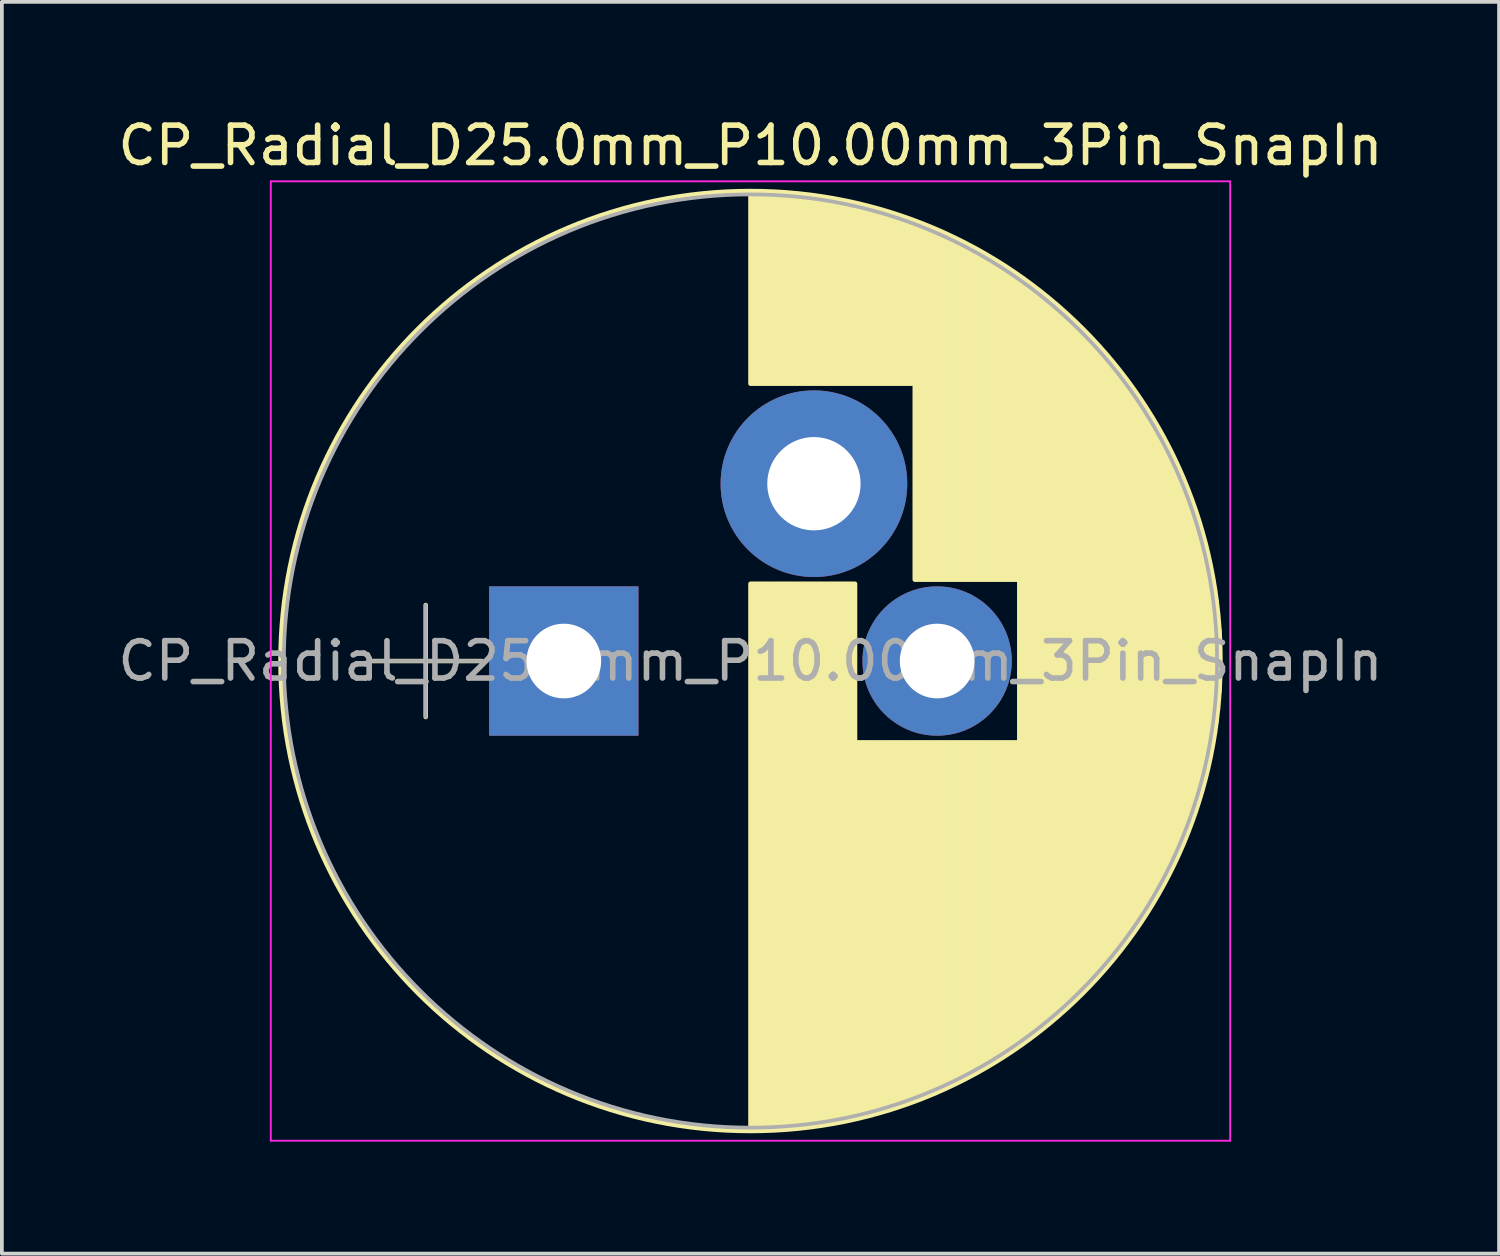
<source format=kicad_pcb>
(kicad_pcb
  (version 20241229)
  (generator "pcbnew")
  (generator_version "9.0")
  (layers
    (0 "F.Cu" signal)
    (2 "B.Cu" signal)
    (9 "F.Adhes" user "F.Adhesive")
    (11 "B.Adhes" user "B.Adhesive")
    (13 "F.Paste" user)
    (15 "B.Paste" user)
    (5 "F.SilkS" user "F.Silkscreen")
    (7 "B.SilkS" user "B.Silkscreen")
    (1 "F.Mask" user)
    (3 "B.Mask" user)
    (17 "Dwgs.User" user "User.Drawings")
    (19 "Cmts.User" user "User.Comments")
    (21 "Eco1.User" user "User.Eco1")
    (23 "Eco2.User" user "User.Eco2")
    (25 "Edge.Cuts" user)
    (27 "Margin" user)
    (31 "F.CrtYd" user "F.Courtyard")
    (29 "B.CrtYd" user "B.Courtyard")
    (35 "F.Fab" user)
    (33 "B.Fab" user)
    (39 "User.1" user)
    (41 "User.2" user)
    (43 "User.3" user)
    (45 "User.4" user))
  (footprint "CP_Radial_D25.0mm_P10.00mm_3Pin_SnapIn"
    (layer "F.Cu")
    (at 12.054 14.658)
    (property "Reference" "CP_Radial_D25.0mm_P10.00mm_3Pin_SnapIn" (at 5 -13.81 0) (layer "F.SilkS") (effects (font (size 1 1) (thickness 0.15))))
    (attr through_hole)
    (fp_line (start -5.2 0) (end -2.2 0) (stroke (width 0.12) (type solid)) (layer "F.SilkS"))
    (fp_line (start -3.7 -1.5) (end -3.7 1.5) (stroke (width 0.12) (type solid)) (layer "F.SilkS"))
    (fp_line (start 5 -12.55) (end 5 -7.43) (stroke (width 0.12) (type solid)) (layer "F.SilkS"))
    (fp_line (start 5 -2.07) (end 5 12.55) (stroke (width 0.12) (type solid)) (layer "F.SilkS"))
    (fp_line (start 5.04 -12.55) (end 5.04 -7.43) (stroke (width 0.12) (type solid)) (layer "F.SilkS"))
    (fp_line (start 5.04 -2.07) (end 5.04 12.55) (stroke (width 0.12) (type solid)) (layer "F.SilkS"))
    (fp_line (start 5.08 -12.55) (end 5.08 -7.43) (stroke (width 0.12) (type solid)) (layer "F.SilkS"))
    (fp_line (start 5.08 -2.07) (end 5.08 12.55) (stroke (width 0.12) (type solid)) (layer "F.SilkS"))
    (fp_line (start 5.12 -12.55) (end 5.12 -7.43) (stroke (width 0.12) (type solid)) (layer "F.SilkS"))
    (fp_line (start 5.12 -2.07) (end 5.12 12.55) (stroke (width 0.12) (type solid)) (layer "F.SilkS"))
    (fp_line (start 5.16 -12.549) (end 5.16 -7.43) (stroke (width 0.12) (type solid)) (layer "F.SilkS"))
    (fp_line (start 5.16 -2.07) (end 5.16 12.549) (stroke (width 0.12) (type solid)) (layer "F.SilkS"))
    (fp_line (start 5.2 -12.549) (end 5.2 -7.43) (stroke (width 0.12) (type solid)) (layer "F.SilkS"))
    (fp_line (start 5.2 -2.07) (end 5.2 12.549) (stroke (width 0.12) (type solid)) (layer "F.SilkS"))
    (fp_line (start 5.24 -12.548) (end 5.24 -7.43) (stroke (width 0.12) (type solid)) (layer "F.SilkS"))
    (fp_line (start 5.24 -2.07) (end 5.24 12.548) (stroke (width 0.12) (type solid)) (layer "F.SilkS"))
    (fp_line (start 5.28 -12.547) (end 5.28 -7.43) (stroke (width 0.12) (type solid)) (layer "F.SilkS"))
    (fp_line (start 5.28 -2.07) (end 5.28 12.547) (stroke (width 0.12) (type solid)) (layer "F.SilkS"))
    (fp_line (start 5.32 -12.546) (end 5.32 -7.43) (stroke (width 0.12) (type solid)) (layer "F.SilkS"))
    (fp_line (start 5.32 -2.07) (end 5.32 12.546) (stroke (width 0.12) (type solid)) (layer "F.SilkS"))
    (fp_line (start 5.36 -12.545) (end 5.36 -7.43) (stroke (width 0.12) (type solid)) (layer "F.SilkS"))
    (fp_line (start 5.36 -2.07) (end 5.36 12.545) (stroke (width 0.12) (type solid)) (layer "F.SilkS"))
    (fp_line (start 5.4 -12.544) (end 5.4 -7.43) (stroke (width 0.12) (type solid)) (layer "F.SilkS"))
    (fp_line (start 5.4 -2.07) (end 5.4 12.544) (stroke (width 0.12) (type solid)) (layer "F.SilkS"))
    (fp_line (start 5.44 -12.543) (end 5.44 -7.43) (stroke (width 0.12) (type solid)) (layer "F.SilkS"))
    (fp_line (start 5.44 -2.07) (end 5.44 12.543) (stroke (width 0.12) (type solid)) (layer "F.SilkS"))
    (fp_line (start 5.48 -12.541) (end 5.48 -7.43) (stroke (width 0.12) (type solid)) (layer "F.SilkS"))
    (fp_line (start 5.48 -2.07) (end 5.48 12.541) (stroke (width 0.12) (type solid)) (layer "F.SilkS"))
    (fp_line (start 5.52 -12.54) (end 5.52 -7.43) (stroke (width 0.12) (type solid)) (layer "F.SilkS"))
    (fp_line (start 5.52 -2.07) (end 5.52 12.54) (stroke (width 0.12) (type solid)) (layer "F.SilkS"))
    (fp_line (start 5.56 -12.538) (end 5.56 -7.43) (stroke (width 0.12) (type solid)) (layer "F.SilkS"))
    (fp_line (start 5.56 -2.07) (end 5.56 12.538) (stroke (width 0.12) (type solid)) (layer "F.SilkS"))
    (fp_line (start 5.6 -12.536) (end 5.6 -7.43) (stroke (width 0.12) (type solid)) (layer "F.SilkS"))
    (fp_line (start 5.6 -2.07) (end 5.6 12.536) (stroke (width 0.12) (type solid)) (layer "F.SilkS"))
    (fp_line (start 5.64 -12.534) (end 5.64 -7.43) (stroke (width 0.12) (type solid)) (layer "F.SilkS"))
    (fp_line (start 5.64 -2.07) (end 5.64 12.534) (stroke (width 0.12) (type solid)) (layer "F.SilkS"))
    (fp_line (start 5.68 -12.532) (end 5.68 -7.43) (stroke (width 0.12) (type solid)) (layer "F.SilkS"))
    (fp_line (start 5.68 -2.07) (end 5.68 12.532) (stroke (width 0.12) (type solid)) (layer "F.SilkS"))
    (fp_line (start 5.721 -12.53) (end 5.721 -7.43) (stroke (width 0.12) (type solid)) (layer "F.SilkS"))
    (fp_line (start 5.721 -2.07) (end 5.721 12.53) (stroke (width 0.12) (type solid)) (layer "F.SilkS"))
    (fp_line (start 5.761 -12.528) (end 5.761 -7.43) (stroke (width 0.12) (type solid)) (layer "F.SilkS"))
    (fp_line (start 5.761 -2.07) (end 5.761 12.528) (stroke (width 0.12) (type solid)) (layer "F.SilkS"))
    (fp_line (start 5.801 -12.525) (end 5.801 -7.43) (stroke (width 0.12) (type solid)) (layer "F.SilkS"))
    (fp_line (start 5.801 -2.07) (end 5.801 12.525) (stroke (width 0.12) (type solid)) (layer "F.SilkS"))
    (fp_line (start 5.841 -12.522) (end 5.841 -7.43) (stroke (width 0.12) (type solid)) (layer "F.SilkS"))
    (fp_line (start 5.841 -2.07) (end 5.841 12.522) (stroke (width 0.12) (type solid)) (layer "F.SilkS"))
    (fp_line (start 5.881 -12.52) (end 5.881 -7.43) (stroke (width 0.12) (type solid)) (layer "F.SilkS"))
    (fp_line (start 5.881 -2.07) (end 5.881 12.52) (stroke (width 0.12) (type solid)) (layer "F.SilkS"))
    (fp_line (start 5.921 -12.517) (end 5.921 -7.43) (stroke (width 0.12) (type solid)) (layer "F.SilkS"))
    (fp_line (start 5.921 -2.07) (end 5.921 12.517) (stroke (width 0.12) (type solid)) (layer "F.SilkS"))
    (fp_line (start 5.961 -12.514) (end 5.961 -7.43) (stroke (width 0.12) (type solid)) (layer "F.SilkS"))
    (fp_line (start 5.961 -2.07) (end 5.961 12.514) (stroke (width 0.12) (type solid)) (layer "F.SilkS"))
    (fp_line (start 6.001 -12.511) (end 6.001 -7.43) (stroke (width 0.12) (type solid)) (layer "F.SilkS"))
    (fp_line (start 6.001 -2.07) (end 6.001 12.511) (stroke (width 0.12) (type solid)) (layer "F.SilkS"))
    (fp_line (start 6.041 -12.507) (end 6.041 -7.43) (stroke (width 0.12) (type solid)) (layer "F.SilkS"))
    (fp_line (start 6.041 -2.07) (end 6.041 12.507) (stroke (width 0.12) (type solid)) (layer "F.SilkS"))
    (fp_line (start 6.081 -12.504) (end 6.081 -7.43) (stroke (width 0.12) (type solid)) (layer "F.SilkS"))
    (fp_line (start 6.081 -2.07) (end 6.081 12.504) (stroke (width 0.12) (type solid)) (layer "F.SilkS"))
    (fp_line (start 6.121 -12.501) (end 6.121 -7.43) (stroke (width 0.12) (type solid)) (layer "F.SilkS"))
    (fp_line (start 6.121 -2.07) (end 6.121 12.501) (stroke (width 0.12) (type solid)) (layer "F.SilkS"))
    (fp_line (start 6.161 -12.497) (end 6.161 -7.43) (stroke (width 0.12) (type solid)) (layer "F.SilkS"))
    (fp_line (start 6.161 -2.07) (end 6.161 12.497) (stroke (width 0.12) (type solid)) (layer "F.SilkS"))
    (fp_line (start 6.201 -12.493) (end 6.201 -7.43) (stroke (width 0.12) (type solid)) (layer "F.SilkS"))
    (fp_line (start 6.201 -2.07) (end 6.201 12.493) (stroke (width 0.12) (type solid)) (layer "F.SilkS"))
    (fp_line (start 6.241 -12.489) (end 6.241 -7.43) (stroke (width 0.12) (type solid)) (layer "F.SilkS"))
    (fp_line (start 6.241 -2.07) (end 6.241 12.489) (stroke (width 0.12) (type solid)) (layer "F.SilkS"))
    (fp_line (start 6.281 -12.485) (end 6.281 -7.43) (stroke (width 0.12) (type solid)) (layer "F.SilkS"))
    (fp_line (start 6.281 -2.07) (end 6.281 12.485) (stroke (width 0.12) (type solid)) (layer "F.SilkS"))
    (fp_line (start 6.321 -12.481) (end 6.321 -7.43) (stroke (width 0.12) (type solid)) (layer "F.SilkS"))
    (fp_line (start 6.321 -2.07) (end 6.321 12.481) (stroke (width 0.12) (type solid)) (layer "F.SilkS"))
    (fp_line (start 6.361 -12.477) (end 6.361 -7.43) (stroke (width 0.12) (type solid)) (layer "F.SilkS"))
    (fp_line (start 6.361 -2.07) (end 6.361 12.477) (stroke (width 0.12) (type solid)) (layer "F.SilkS"))
    (fp_line (start 6.401 -12.472) (end 6.401 -7.43) (stroke (width 0.12) (type solid)) (layer "F.SilkS"))
    (fp_line (start 6.401 -2.07) (end 6.401 12.472) (stroke (width 0.12) (type solid)) (layer "F.SilkS"))
    (fp_line (start 6.441 -12.468) (end 6.441 -7.43) (stroke (width 0.12) (type solid)) (layer "F.SilkS"))
    (fp_line (start 6.441 -2.07) (end 6.441 12.468) (stroke (width 0.12) (type solid)) (layer "F.SilkS"))
    (fp_line (start 6.481 -12.463) (end 6.481 -7.43) (stroke (width 0.12) (type solid)) (layer "F.SilkS"))
    (fp_line (start 6.481 -2.07) (end 6.481 12.463) (stroke (width 0.12) (type solid)) (layer "F.SilkS"))
    (fp_line (start 6.521 -12.458) (end 6.521 -7.43) (stroke (width 0.12) (type solid)) (layer "F.SilkS"))
    (fp_line (start 6.521 -2.07) (end 6.521 12.458) (stroke (width 0.12) (type solid)) (layer "F.SilkS"))
    (fp_line (start 6.561 -12.453) (end 6.561 -7.43) (stroke (width 0.12) (type solid)) (layer "F.SilkS"))
    (fp_line (start 6.561 -2.07) (end 6.561 12.453) (stroke (width 0.12) (type solid)) (layer "F.SilkS"))
    (fp_line (start 6.601 -12.448) (end 6.601 -7.43) (stroke (width 0.12) (type solid)) (layer "F.SilkS"))
    (fp_line (start 6.601 -2.07) (end 6.601 12.448) (stroke (width 0.12) (type solid)) (layer "F.SilkS"))
    (fp_line (start 6.641 -12.443) (end 6.641 -7.43) (stroke (width 0.12) (type solid)) (layer "F.SilkS"))
    (fp_line (start 6.641 -2.07) (end 6.641 12.443) (stroke (width 0.12) (type solid)) (layer "F.SilkS"))
    (fp_line (start 6.681 -12.438) (end 6.681 -7.43) (stroke (width 0.12) (type solid)) (layer "F.SilkS"))
    (fp_line (start 6.681 -2.07) (end 6.681 12.438) (stroke (width 0.12) (type solid)) (layer "F.SilkS"))
    (fp_line (start 6.721 -12.432) (end 6.721 -7.43) (stroke (width 0.12) (type solid)) (layer "F.SilkS"))
    (fp_line (start 6.721 -2.07) (end 6.721 12.432) (stroke (width 0.12) (type solid)) (layer "F.SilkS"))
    (fp_line (start 6.761 -12.427) (end 6.761 -7.43) (stroke (width 0.12) (type solid)) (layer "F.SilkS"))
    (fp_line (start 6.761 -2.07) (end 6.761 12.427) (stroke (width 0.12) (type solid)) (layer "F.SilkS"))
    (fp_line (start 6.801 -12.421) (end 6.801 -7.43) (stroke (width 0.12) (type solid)) (layer "F.SilkS"))
    (fp_line (start 6.801 -2.07) (end 6.801 12.421) (stroke (width 0.12) (type solid)) (layer "F.SilkS"))
    (fp_line (start 6.841 -12.415) (end 6.841 -7.43) (stroke (width 0.12) (type solid)) (layer "F.SilkS"))
    (fp_line (start 6.841 -2.07) (end 6.841 12.415) (stroke (width 0.12) (type solid)) (layer "F.SilkS"))
    (fp_line (start 6.881 -12.409) (end 6.881 -7.43) (stroke (width 0.12) (type solid)) (layer "F.SilkS"))
    (fp_line (start 6.881 -2.07) (end 6.881 12.409) (stroke (width 0.12) (type solid)) (layer "F.SilkS"))
    (fp_line (start 6.921 -12.403) (end 6.921 -7.43) (stroke (width 0.12) (type solid)) (layer "F.SilkS"))
    (fp_line (start 6.921 -2.07) (end 6.921 12.403) (stroke (width 0.12) (type solid)) (layer "F.SilkS"))
    (fp_line (start 6.961 -12.397) (end 6.961 -7.43) (stroke (width 0.12) (type solid)) (layer "F.SilkS"))
    (fp_line (start 6.961 -2.07) (end 6.961 12.397) (stroke (width 0.12) (type solid)) (layer "F.SilkS"))
    (fp_line (start 7.001 -12.391) (end 7.001 -7.43) (stroke (width 0.12) (type solid)) (layer "F.SilkS"))
    (fp_line (start 7.001 -2.07) (end 7.001 12.391) (stroke (width 0.12) (type solid)) (layer "F.SilkS"))
    (fp_line (start 7.041 -12.384) (end 7.041 -7.43) (stroke (width 0.12) (type solid)) (layer "F.SilkS"))
    (fp_line (start 7.041 -2.07) (end 7.041 12.384) (stroke (width 0.12) (type solid)) (layer "F.SilkS"))
    (fp_line (start 7.081 -12.377) (end 7.081 -7.43) (stroke (width 0.12) (type solid)) (layer "F.SilkS"))
    (fp_line (start 7.081 -2.07) (end 7.081 12.377) (stroke (width 0.12) (type solid)) (layer "F.SilkS"))
    (fp_line (start 7.121 -12.371) (end 7.121 -7.43) (stroke (width 0.12) (type solid)) (layer "F.SilkS"))
    (fp_line (start 7.121 -2.07) (end 7.121 12.371) (stroke (width 0.12) (type solid)) (layer "F.SilkS"))
    (fp_line (start 7.161 -12.364) (end 7.161 -7.43) (stroke (width 0.12) (type solid)) (layer "F.SilkS"))
    (fp_line (start 7.161 -2.07) (end 7.161 12.364) (stroke (width 0.12) (type solid)) (layer "F.SilkS"))
    (fp_line (start 7.201 -12.357) (end 7.201 -7.43) (stroke (width 0.12) (type solid)) (layer "F.SilkS"))
    (fp_line (start 7.201 -2.07) (end 7.201 12.357) (stroke (width 0.12) (type solid)) (layer "F.SilkS"))
    (fp_line (start 7.241 -12.35) (end 7.241 -7.43) (stroke (width 0.12) (type solid)) (layer "F.SilkS"))
    (fp_line (start 7.241 -2.07) (end 7.241 12.35) (stroke (width 0.12) (type solid)) (layer "F.SilkS"))
    (fp_line (start 7.281 -12.342) (end 7.281 -7.43) (stroke (width 0.12) (type solid)) (layer "F.SilkS"))
    (fp_line (start 7.281 -2.07) (end 7.281 12.342) (stroke (width 0.12) (type solid)) (layer "F.SilkS"))
    (fp_line (start 7.321 -12.335) (end 7.321 -7.43) (stroke (width 0.12) (type solid)) (layer "F.SilkS"))
    (fp_line (start 7.321 -2.07) (end 7.321 12.335) (stroke (width 0.12) (type solid)) (layer "F.SilkS"))
    (fp_line (start 7.361 -12.327) (end 7.361 -7.43) (stroke (width 0.12) (type solid)) (layer "F.SilkS"))
    (fp_line (start 7.361 -2.07) (end 7.361 12.327) (stroke (width 0.12) (type solid)) (layer "F.SilkS"))
    (fp_line (start 7.401 -12.32) (end 7.401 -7.43) (stroke (width 0.12) (type solid)) (layer "F.SilkS"))
    (fp_line (start 7.401 -2.07) (end 7.401 12.32) (stroke (width 0.12) (type solid)) (layer "F.SilkS"))
    (fp_line (start 7.441 -12.312) (end 7.441 -7.43) (stroke (width 0.12) (type solid)) (layer "F.SilkS"))
    (fp_line (start 7.441 -2.07) (end 7.441 12.312) (stroke (width 0.12) (type solid)) (layer "F.SilkS"))
    (fp_line (start 7.481 -12.304) (end 7.481 -7.43) (stroke (width 0.12) (type solid)) (layer "F.SilkS"))
    (fp_line (start 7.481 -2.07) (end 7.481 12.304) (stroke (width 0.12) (type solid)) (layer "F.SilkS"))
    (fp_line (start 7.521 -12.296) (end 7.521 -7.43) (stroke (width 0.12) (type solid)) (layer "F.SilkS"))
    (fp_line (start 7.521 -2.07) (end 7.521 12.296) (stroke (width 0.12) (type solid)) (layer "F.SilkS"))
    (fp_line (start 7.561 -12.287) (end 7.561 -7.43) (stroke (width 0.12) (type solid)) (layer "F.SilkS"))
    (fp_line (start 7.561 -2.07) (end 7.561 12.287) (stroke (width 0.12) (type solid)) (layer "F.SilkS"))
    (fp_line (start 7.601 -12.279) (end 7.601 -7.43) (stroke (width 0.12) (type solid)) (layer "F.SilkS"))
    (fp_line (start 7.601 -2.07) (end 7.601 12.279) (stroke (width 0.12) (type solid)) (layer "F.SilkS"))
    (fp_line (start 7.641 -12.271) (end 7.641 -7.43) (stroke (width 0.12) (type solid)) (layer "F.SilkS"))
    (fp_line (start 7.641 -2.07) (end 7.641 12.271) (stroke (width 0.12) (type solid)) (layer "F.SilkS"))
    (fp_line (start 7.681 -12.262) (end 7.681 -7.43) (stroke (width 0.12) (type solid)) (layer "F.SilkS"))
    (fp_line (start 7.681 -2.07) (end 7.681 12.262) (stroke (width 0.12) (type solid)) (layer "F.SilkS"))
    (fp_line (start 7.721 -12.253) (end 7.721 -7.43) (stroke (width 0.12) (type solid)) (layer "F.SilkS"))
    (fp_line (start 7.721 -2.07) (end 7.721 12.253) (stroke (width 0.12) (type solid)) (layer "F.SilkS"))
    (fp_line (start 7.761 -12.244) (end 7.761 -7.43) (stroke (width 0.12) (type solid)) (layer "F.SilkS"))
    (fp_line (start 7.761 -2.07) (end 7.761 12.244) (stroke (width 0.12) (type solid)) (layer "F.SilkS"))
    (fp_line (start 7.801 -12.235) (end 7.801 -7.43) (stroke (width 0.12) (type solid)) (layer "F.SilkS"))
    (fp_line (start 7.801 -2.07) (end 7.801 12.235) (stroke (width 0.12) (type solid)) (layer "F.SilkS"))
    (fp_line (start 7.841 -12.226) (end 7.841 -7.43) (stroke (width 0.12) (type solid)) (layer "F.SilkS"))
    (fp_line (start 7.841 2.18) (end 7.841 12.226) (stroke (width 0.12) (type solid)) (layer "F.SilkS"))
    (fp_line (start 7.881 -12.217) (end 7.881 -7.43) (stroke (width 0.12) (type solid)) (layer "F.SilkS"))
    (fp_line (start 7.881 2.18) (end 7.881 12.217) (stroke (width 0.12) (type solid)) (layer "F.SilkS"))
    (fp_line (start 7.921 -12.207) (end 7.921 -7.43) (stroke (width 0.12) (type solid)) (layer "F.SilkS"))
    (fp_line (start 7.921 2.18) (end 7.921 12.207) (stroke (width 0.12) (type solid)) (layer "F.SilkS"))
    (fp_line (start 7.961 -12.198) (end 7.961 -7.43) (stroke (width 0.12) (type solid)) (layer "F.SilkS"))
    (fp_line (start 7.961 2.18) (end 7.961 12.198) (stroke (width 0.12) (type solid)) (layer "F.SilkS"))
    (fp_line (start 8.001 -12.188) (end 8.001 -7.43) (stroke (width 0.12) (type solid)) (layer "F.SilkS"))
    (fp_line (start 8.001 2.18) (end 8.001 12.188) (stroke (width 0.12) (type solid)) (layer "F.SilkS"))
    (fp_line (start 8.041 -12.178) (end 8.041 -7.43) (stroke (width 0.12) (type solid)) (layer "F.SilkS"))
    (fp_line (start 8.041 2.18) (end 8.041 12.178) (stroke (width 0.12) (type solid)) (layer "F.SilkS"))
    (fp_line (start 8.081 -12.168) (end 8.081 -7.43) (stroke (width 0.12) (type solid)) (layer "F.SilkS"))
    (fp_line (start 8.081 2.18) (end 8.081 12.168) (stroke (width 0.12) (type solid)) (layer "F.SilkS"))
    (fp_line (start 8.121 -12.158) (end 8.121 -7.43) (stroke (width 0.12) (type solid)) (layer "F.SilkS"))
    (fp_line (start 8.121 2.18) (end 8.121 12.158) (stroke (width 0.12) (type solid)) (layer "F.SilkS"))
    (fp_line (start 8.161 -12.147) (end 8.161 -7.43) (stroke (width 0.12) (type solid)) (layer "F.SilkS"))
    (fp_line (start 8.161 2.18) (end 8.161 12.147) (stroke (width 0.12) (type solid)) (layer "F.SilkS"))
    (fp_line (start 8.201 -12.137) (end 8.201 -7.43) (stroke (width 0.12) (type solid)) (layer "F.SilkS"))
    (fp_line (start 8.201 2.18) (end 8.201 12.137) (stroke (width 0.12) (type solid)) (layer "F.SilkS"))
    (fp_line (start 8.241 -12.126) (end 8.241 -7.43) (stroke (width 0.12) (type solid)) (layer "F.SilkS"))
    (fp_line (start 8.241 2.18) (end 8.241 12.126) (stroke (width 0.12) (type solid)) (layer "F.SilkS"))
    (fp_line (start 8.281 -12.116) (end 8.281 -7.43) (stroke (width 0.12) (type solid)) (layer "F.SilkS"))
    (fp_line (start 8.281 2.18) (end 8.281 12.116) (stroke (width 0.12) (type solid)) (layer "F.SilkS"))
    (fp_line (start 8.321 -12.105) (end 8.321 -7.43) (stroke (width 0.12) (type solid)) (layer "F.SilkS"))
    (fp_line (start 8.321 2.18) (end 8.321 12.105) (stroke (width 0.12) (type solid)) (layer "F.SilkS"))
    (fp_line (start 8.361 -12.094) (end 8.361 -7.43) (stroke (width 0.12) (type solid)) (layer "F.SilkS"))
    (fp_line (start 8.361 2.18) (end 8.361 12.094) (stroke (width 0.12) (type solid)) (layer "F.SilkS"))
    (fp_line (start 8.401 -12.083) (end 8.401 -7.43) (stroke (width 0.12) (type solid)) (layer "F.SilkS"))
    (fp_line (start 8.401 2.18) (end 8.401 12.083) (stroke (width 0.12) (type solid)) (layer "F.SilkS"))
    (fp_line (start 8.441 -12.071) (end 8.441 -7.43) (stroke (width 0.12) (type solid)) (layer "F.SilkS"))
    (fp_line (start 8.441 2.18) (end 8.441 12.071) (stroke (width 0.12) (type solid)) (layer "F.SilkS"))
    (fp_line (start 8.481 -12.06) (end 8.481 -7.43) (stroke (width 0.12) (type solid)) (layer "F.SilkS"))
    (fp_line (start 8.481 2.18) (end 8.481 12.06) (stroke (width 0.12) (type solid)) (layer "F.SilkS"))
    (fp_line (start 8.521 -12.048) (end 8.521 -7.43) (stroke (width 0.12) (type solid)) (layer "F.SilkS"))
    (fp_line (start 8.521 2.18) (end 8.521 12.048) (stroke (width 0.12) (type solid)) (layer "F.SilkS"))
    (fp_line (start 8.561 -12.037) (end 8.561 -7.43) (stroke (width 0.12) (type solid)) (layer "F.SilkS"))
    (fp_line (start 8.561 2.18) (end 8.561 12.037) (stroke (width 0.12) (type solid)) (layer "F.SilkS"))
    (fp_line (start 8.601 -12.025) (end 8.601 -7.43) (stroke (width 0.12) (type solid)) (layer "F.SilkS"))
    (fp_line (start 8.601 2.18) (end 8.601 12.025) (stroke (width 0.12) (type solid)) (layer "F.SilkS"))
    (fp_line (start 8.641 -12.013) (end 8.641 -7.43) (stroke (width 0.12) (type solid)) (layer "F.SilkS"))
    (fp_line (start 8.641 2.18) (end 8.641 12.013) (stroke (width 0.12) (type solid)) (layer "F.SilkS"))
    (fp_line (start 8.681 -12.001) (end 8.681 -7.43) (stroke (width 0.12) (type solid)) (layer "F.SilkS"))
    (fp_line (start 8.681 2.18) (end 8.681 12.001) (stroke (width 0.12) (type solid)) (layer "F.SilkS"))
    (fp_line (start 8.721 -11.988) (end 8.721 -7.43) (stroke (width 0.12) (type solid)) (layer "F.SilkS"))
    (fp_line (start 8.721 2.18) (end 8.721 11.988) (stroke (width 0.12) (type solid)) (layer "F.SilkS"))
    (fp_line (start 8.761 -11.976) (end 8.761 -7.43) (stroke (width 0.12) (type solid)) (layer "F.SilkS"))
    (fp_line (start 8.761 2.18) (end 8.761 11.976) (stroke (width 0.12) (type solid)) (layer "F.SilkS"))
    (fp_line (start 8.801 -11.963) (end 8.801 -7.43) (stroke (width 0.12) (type solid)) (layer "F.SilkS"))
    (fp_line (start 8.801 2.18) (end 8.801 11.963) (stroke (width 0.12) (type solid)) (layer "F.SilkS"))
    (fp_line (start 8.841 -11.951) (end 8.841 -7.43) (stroke (width 0.12) (type solid)) (layer "F.SilkS"))
    (fp_line (start 8.841 2.18) (end 8.841 11.951) (stroke (width 0.12) (type solid)) (layer "F.SilkS"))
    (fp_line (start 8.881 -11.938) (end 8.881 -7.43) (stroke (width 0.12) (type solid)) (layer "F.SilkS"))
    (fp_line (start 8.881 2.18) (end 8.881 11.938) (stroke (width 0.12) (type solid)) (layer "F.SilkS"))
    (fp_line (start 8.921 -11.925) (end 8.921 -7.43) (stroke (width 0.12) (type solid)) (layer "F.SilkS"))
    (fp_line (start 8.921 2.18) (end 8.921 11.925) (stroke (width 0.12) (type solid)) (layer "F.SilkS"))
    (fp_line (start 8.961 -11.912) (end 8.961 -7.43) (stroke (width 0.12) (type solid)) (layer "F.SilkS"))
    (fp_line (start 8.961 2.18) (end 8.961 11.912) (stroke (width 0.12) (type solid)) (layer "F.SilkS"))
    (fp_line (start 9.001 -11.898) (end 9.001 -7.43) (stroke (width 0.12) (type solid)) (layer "F.SilkS"))
    (fp_line (start 9.001 2.18) (end 9.001 11.898) (stroke (width 0.12) (type solid)) (layer "F.SilkS"))
    (fp_line (start 9.041 -11.885) (end 9.041 -7.43) (stroke (width 0.12) (type solid)) (layer "F.SilkS"))
    (fp_line (start 9.041 2.18) (end 9.041 11.885) (stroke (width 0.12) (type solid)) (layer "F.SilkS"))
    (fp_line (start 9.081 -11.871) (end 9.081 -7.43) (stroke (width 0.12) (type solid)) (layer "F.SilkS"))
    (fp_line (start 9.081 2.18) (end 9.081 11.871) (stroke (width 0.12) (type solid)) (layer "F.SilkS"))
    (fp_line (start 9.121 -11.857) (end 9.121 -7.43) (stroke (width 0.12) (type solid)) (layer "F.SilkS"))
    (fp_line (start 9.121 2.18) (end 9.121 11.857) (stroke (width 0.12) (type solid)) (layer "F.SilkS"))
    (fp_line (start 9.161 -11.843) (end 9.161 -7.43) (stroke (width 0.12) (type solid)) (layer "F.SilkS"))
    (fp_line (start 9.161 2.18) (end 9.161 11.843) (stroke (width 0.12) (type solid)) (layer "F.SilkS"))
    (fp_line (start 9.201 -11.829) (end 9.201 -7.43) (stroke (width 0.12) (type solid)) (layer "F.SilkS"))
    (fp_line (start 9.201 2.18) (end 9.201 11.829) (stroke (width 0.12) (type solid)) (layer "F.SilkS"))
    (fp_line (start 9.241 -11.815) (end 9.241 -7.43) (stroke (width 0.12) (type solid)) (layer "F.SilkS"))
    (fp_line (start 9.241 2.18) (end 9.241 11.815) (stroke (width 0.12) (type solid)) (layer "F.SilkS"))
    (fp_line (start 9.281 -11.801) (end 9.281 -7.43) (stroke (width 0.12) (type solid)) (layer "F.SilkS"))
    (fp_line (start 9.281 2.18) (end 9.281 11.801) (stroke (width 0.12) (type solid)) (layer "F.SilkS"))
    (fp_line (start 9.321 -11.786) (end 9.321 -7.43) (stroke (width 0.12) (type solid)) (layer "F.SilkS"))
    (fp_line (start 9.321 2.18) (end 9.321 11.786) (stroke (width 0.12) (type solid)) (layer "F.SilkS"))
    (fp_line (start 9.361 -11.771) (end 9.361 -7.43) (stroke (width 0.12) (type solid)) (layer "F.SilkS"))
    (fp_line (start 9.361 2.18) (end 9.361 11.771) (stroke (width 0.12) (type solid)) (layer "F.SilkS"))
    (fp_line (start 9.401 -11.757) (end 9.401 -2.18) (stroke (width 0.12) (type solid)) (layer "F.SilkS"))
    (fp_line (start 9.401 2.18) (end 9.401 11.757) (stroke (width 0.12) (type solid)) (layer "F.SilkS"))
    (fp_line (start 9.441 -11.742) (end 9.441 -2.18) (stroke (width 0.12) (type solid)) (layer "F.SilkS"))
    (fp_line (start 9.441 2.18) (end 9.441 11.742) (stroke (width 0.12) (type solid)) (layer "F.SilkS"))
    (fp_line (start 9.481 -11.726) (end 9.481 -2.18) (stroke (width 0.12) (type solid)) (layer "F.SilkS"))
    (fp_line (start 9.481 2.18) (end 9.481 11.726) (stroke (width 0.12) (type solid)) (layer "F.SilkS"))
    (fp_line (start 9.521 -11.711) (end 9.521 -2.18) (stroke (width 0.12) (type solid)) (layer "F.SilkS"))
    (fp_line (start 9.521 2.18) (end 9.521 11.711) (stroke (width 0.12) (type solid)) (layer "F.SilkS"))
    (fp_line (start 9.561 -11.696) (end 9.561 -2.18) (stroke (width 0.12) (type solid)) (layer "F.SilkS"))
    (fp_line (start 9.561 2.18) (end 9.561 11.696) (stroke (width 0.12) (type solid)) (layer "F.SilkS"))
    (fp_line (start 9.601 -11.68) (end 9.601 -2.18) (stroke (width 0.12) (type solid)) (layer "F.SilkS"))
    (fp_line (start 9.601 2.18) (end 9.601 11.68) (stroke (width 0.12) (type solid)) (layer "F.SilkS"))
    (fp_line (start 9.641 -11.664) (end 9.641 -2.18) (stroke (width 0.12) (type solid)) (layer "F.SilkS"))
    (fp_line (start 9.641 2.18) (end 9.641 11.664) (stroke (width 0.12) (type solid)) (layer "F.SilkS"))
    (fp_line (start 9.681 -11.648) (end 9.681 -2.18) (stroke (width 0.12) (type solid)) (layer "F.SilkS"))
    (fp_line (start 9.681 2.18) (end 9.681 11.648) (stroke (width 0.12) (type solid)) (layer "F.SilkS"))
    (fp_line (start 9.721 -11.632) (end 9.721 -2.18) (stroke (width 0.12) (type solid)) (layer "F.SilkS"))
    (fp_line (start 9.721 2.18) (end 9.721 11.632) (stroke (width 0.12) (type solid)) (layer "F.SilkS"))
    (fp_line (start 9.761 -11.616) (end 9.761 -2.18) (stroke (width 0.12) (type solid)) (layer "F.SilkS"))
    (fp_line (start 9.761 2.18) (end 9.761 11.616) (stroke (width 0.12) (type solid)) (layer "F.SilkS"))
    (fp_line (start 9.801 -11.6) (end 9.801 -2.18) (stroke (width 0.12) (type solid)) (layer "F.SilkS"))
    (fp_line (start 9.801 2.18) (end 9.801 11.6) (stroke (width 0.12) (type solid)) (layer "F.SilkS"))
    (fp_line (start 9.841 -11.583) (end 9.841 -2.18) (stroke (width 0.12) (type solid)) (layer "F.SilkS"))
    (fp_line (start 9.841 2.18) (end 9.841 11.583) (stroke (width 0.12) (type solid)) (layer "F.SilkS"))
    (fp_line (start 9.881 -11.566) (end 9.881 -2.18) (stroke (width 0.12) (type solid)) (layer "F.SilkS"))
    (fp_line (start 9.881 2.18) (end 9.881 11.566) (stroke (width 0.12) (type solid)) (layer "F.SilkS"))
    (fp_line (start 9.921 -11.549) (end 9.921 -2.18) (stroke (width 0.12) (type solid)) (layer "F.SilkS"))
    (fp_line (start 9.921 2.18) (end 9.921 11.549) (stroke (width 0.12) (type solid)) (layer "F.SilkS"))
    (fp_line (start 9.961 -11.532) (end 9.961 -2.18) (stroke (width 0.12) (type solid)) (layer "F.SilkS"))
    (fp_line (start 9.961 2.18) (end 9.961 11.532) (stroke (width 0.12) (type solid)) (layer "F.SilkS"))
    (fp_line (start 10.001 -11.515) (end 10.001 -2.18) (stroke (width 0.12) (type solid)) (layer "F.SilkS"))
    (fp_line (start 10.001 2.18) (end 10.001 11.515) (stroke (width 0.12) (type solid)) (layer "F.SilkS"))
    (fp_line (start 10.041 -11.498) (end 10.041 -2.18) (stroke (width 0.12) (type solid)) (layer "F.SilkS"))
    (fp_line (start 10.041 2.18) (end 10.041 11.498) (stroke (width 0.12) (type solid)) (layer "F.SilkS"))
    (fp_line (start 10.081 -11.48) (end 10.081 -2.18) (stroke (width 0.12) (type solid)) (layer "F.SilkS"))
    (fp_line (start 10.081 2.18) (end 10.081 11.48) (stroke (width 0.12) (type solid)) (layer "F.SilkS"))
    (fp_line (start 10.121 -11.462) (end 10.121 -2.18) (stroke (width 0.12) (type solid)) (layer "F.SilkS"))
    (fp_line (start 10.121 2.18) (end 10.121 11.462) (stroke (width 0.12) (type solid)) (layer "F.SilkS"))
    (fp_line (start 10.161 -11.445) (end 10.161 -2.18) (stroke (width 0.12) (type solid)) (layer "F.SilkS"))
    (fp_line (start 10.161 2.18) (end 10.161 11.445) (stroke (width 0.12) (type solid)) (layer "F.SilkS"))
    (fp_line (start 10.201 -11.426) (end 10.201 -2.18) (stroke (width 0.12) (type solid)) (layer "F.SilkS"))
    (fp_line (start 10.201 2.18) (end 10.201 11.426) (stroke (width 0.12) (type solid)) (layer "F.SilkS"))
    (fp_line (start 10.241 -11.408) (end 10.241 -2.18) (stroke (width 0.12) (type solid)) (layer "F.SilkS"))
    (fp_line (start 10.241 2.18) (end 10.241 11.408) (stroke (width 0.12) (type solid)) (layer "F.SilkS"))
    (fp_line (start 10.281 -11.39) (end 10.281 -2.18) (stroke (width 0.12) (type solid)) (layer "F.SilkS"))
    (fp_line (start 10.281 2.18) (end 10.281 11.39) (stroke (width 0.12) (type solid)) (layer "F.SilkS"))
    (fp_line (start 10.321 -11.371) (end 10.321 -2.18) (stroke (width 0.12) (type solid)) (layer "F.SilkS"))
    (fp_line (start 10.321 2.18) (end 10.321 11.371) (stroke (width 0.12) (type solid)) (layer "F.SilkS"))
    (fp_line (start 10.361 -11.353) (end 10.361 -2.18) (stroke (width 0.12) (type solid)) (layer "F.SilkS"))
    (fp_line (start 10.361 2.18) (end 10.361 11.353) (stroke (width 0.12) (type solid)) (layer "F.SilkS"))
    (fp_line (start 10.401 -11.334) (end 10.401 -2.18) (stroke (width 0.12) (type solid)) (layer "F.SilkS"))
    (fp_line (start 10.401 2.18) (end 10.401 11.334) (stroke (width 0.12) (type solid)) (layer "F.SilkS"))
    (fp_line (start 10.441 -11.315) (end 10.441 -2.18) (stroke (width 0.12) (type solid)) (layer "F.SilkS"))
    (fp_line (start 10.441 2.18) (end 10.441 11.315) (stroke (width 0.12) (type solid)) (layer "F.SilkS"))
    (fp_line (start 10.481 -11.295) (end 10.481 -2.18) (stroke (width 0.12) (type solid)) (layer "F.SilkS"))
    (fp_line (start 10.481 2.18) (end 10.481 11.295) (stroke (width 0.12) (type solid)) (layer "F.SilkS"))
    (fp_line (start 10.521 -11.276) (end 10.521 -2.18) (stroke (width 0.12) (type solid)) (layer "F.SilkS"))
    (fp_line (start 10.521 2.18) (end 10.521 11.276) (stroke (width 0.12) (type solid)) (layer "F.SilkS"))
    (fp_line (start 10.561 -11.256) (end 10.561 -2.18) (stroke (width 0.12) (type solid)) (layer "F.SilkS"))
    (fp_line (start 10.561 2.18) (end 10.561 11.256) (stroke (width 0.12) (type solid)) (layer "F.SilkS"))
    (fp_line (start 10.601 -11.236) (end 10.601 -2.18) (stroke (width 0.12) (type solid)) (layer "F.SilkS"))
    (fp_line (start 10.601 2.18) (end 10.601 11.236) (stroke (width 0.12) (type solid)) (layer "F.SilkS"))
    (fp_line (start 10.641 -11.217) (end 10.641 -2.18) (stroke (width 0.12) (type solid)) (layer "F.SilkS"))
    (fp_line (start 10.641 2.18) (end 10.641 11.217) (stroke (width 0.12) (type solid)) (layer "F.SilkS"))
    (fp_line (start 10.681 -11.196) (end 10.681 -2.18) (stroke (width 0.12) (type solid)) (layer "F.SilkS"))
    (fp_line (start 10.681 2.18) (end 10.681 11.196) (stroke (width 0.12) (type solid)) (layer "F.SilkS"))
    (fp_line (start 10.721 -11.176) (end 10.721 -2.18) (stroke (width 0.12) (type solid)) (layer "F.SilkS"))
    (fp_line (start 10.721 2.18) (end 10.721 11.176) (stroke (width 0.12) (type solid)) (layer "F.SilkS"))
    (fp_line (start 10.761 -11.156) (end 10.761 -2.18) (stroke (width 0.12) (type solid)) (layer "F.SilkS"))
    (fp_line (start 10.761 2.18) (end 10.761 11.156) (stroke (width 0.12) (type solid)) (layer "F.SilkS"))
    (fp_line (start 10.801 -11.135) (end 10.801 -2.18) (stroke (width 0.12) (type solid)) (layer "F.SilkS"))
    (fp_line (start 10.801 2.18) (end 10.801 11.135) (stroke (width 0.12) (type solid)) (layer "F.SilkS"))
    (fp_line (start 10.841 -11.114) (end 10.841 -2.18) (stroke (width 0.12) (type solid)) (layer "F.SilkS"))
    (fp_line (start 10.841 2.18) (end 10.841 11.114) (stroke (width 0.12) (type solid)) (layer "F.SilkS"))
    (fp_line (start 10.881 -11.093) (end 10.881 -2.18) (stroke (width 0.12) (type solid)) (layer "F.SilkS"))
    (fp_line (start 10.881 2.18) (end 10.881 11.093) (stroke (width 0.12) (type solid)) (layer "F.SilkS"))
    (fp_line (start 10.921 -11.072) (end 10.921 -2.18) (stroke (width 0.12) (type solid)) (layer "F.SilkS"))
    (fp_line (start 10.921 2.18) (end 10.921 11.072) (stroke (width 0.12) (type solid)) (layer "F.SilkS"))
    (fp_line (start 10.961 -11.05) (end 10.961 -2.18) (stroke (width 0.12) (type solid)) (layer "F.SilkS"))
    (fp_line (start 10.961 2.18) (end 10.961 11.05) (stroke (width 0.12) (type solid)) (layer "F.SilkS"))
    (fp_line (start 11.001 -11.029) (end 11.001 -2.18) (stroke (width 0.12) (type solid)) (layer "F.SilkS"))
    (fp_line (start 11.001 2.18) (end 11.001 11.029) (stroke (width 0.12) (type solid)) (layer "F.SilkS"))
    (fp_line (start 11.041 -11.007) (end 11.041 -2.18) (stroke (width 0.12) (type solid)) (layer "F.SilkS"))
    (fp_line (start 11.041 2.18) (end 11.041 11.007) (stroke (width 0.12) (type solid)) (layer "F.SilkS"))
    (fp_line (start 11.081 -10.985) (end 11.081 -2.18) (stroke (width 0.12) (type solid)) (layer "F.SilkS"))
    (fp_line (start 11.081 2.18) (end 11.081 10.985) (stroke (width 0.12) (type solid)) (layer "F.SilkS"))
    (fp_line (start 11.121 -10.963) (end 11.121 -2.18) (stroke (width 0.12) (type solid)) (layer "F.SilkS"))
    (fp_line (start 11.121 2.18) (end 11.121 10.963) (stroke (width 0.12) (type solid)) (layer "F.SilkS"))
    (fp_line (start 11.161 -10.941) (end 11.161 -2.18) (stroke (width 0.12) (type solid)) (layer "F.SilkS"))
    (fp_line (start 11.161 2.18) (end 11.161 10.941) (stroke (width 0.12) (type solid)) (layer "F.SilkS"))
    (fp_line (start 11.201 -10.918) (end 11.201 -2.18) (stroke (width 0.12) (type solid)) (layer "F.SilkS"))
    (fp_line (start 11.201 2.18) (end 11.201 10.918) (stroke (width 0.12) (type solid)) (layer "F.SilkS"))
    (fp_line (start 11.241 -10.895) (end 11.241 -2.18) (stroke (width 0.12) (type solid)) (layer "F.SilkS"))
    (fp_line (start 11.241 2.18) (end 11.241 10.895) (stroke (width 0.12) (type solid)) (layer "F.SilkS"))
    (fp_line (start 11.281 -10.872) (end 11.281 -2.18) (stroke (width 0.12) (type solid)) (layer "F.SilkS"))
    (fp_line (start 11.281 2.18) (end 11.281 10.872) (stroke (width 0.12) (type solid)) (layer "F.SilkS"))
    (fp_line (start 11.321 -10.849) (end 11.321 -2.18) (stroke (width 0.12) (type solid)) (layer "F.SilkS"))
    (fp_line (start 11.321 2.18) (end 11.321 10.849) (stroke (width 0.12) (type solid)) (layer "F.SilkS"))
    (fp_line (start 11.361 -10.826) (end 11.361 -2.18) (stroke (width 0.12) (type solid)) (layer "F.SilkS"))
    (fp_line (start 11.361 2.18) (end 11.361 10.826) (stroke (width 0.12) (type solid)) (layer "F.SilkS"))
    (fp_line (start 11.401 -10.802) (end 11.401 -2.18) (stroke (width 0.12) (type solid)) (layer "F.SilkS"))
    (fp_line (start 11.401 2.18) (end 11.401 10.802) (stroke (width 0.12) (type solid)) (layer "F.SilkS"))
    (fp_line (start 11.441 -10.779) (end 11.441 -2.18) (stroke (width 0.12) (type solid)) (layer "F.SilkS"))
    (fp_line (start 11.441 2.18) (end 11.441 10.779) (stroke (width 0.12) (type solid)) (layer "F.SilkS"))
    (fp_line (start 11.481 -10.755) (end 11.481 -2.18) (stroke (width 0.12) (type solid)) (layer "F.SilkS"))
    (fp_line (start 11.481 2.18) (end 11.481 10.755) (stroke (width 0.12) (type solid)) (layer "F.SilkS"))
    (fp_line (start 11.521 -10.731) (end 11.521 -2.18) (stroke (width 0.12) (type solid)) (layer "F.SilkS"))
    (fp_line (start 11.521 2.18) (end 11.521 10.731) (stroke (width 0.12) (type solid)) (layer "F.SilkS"))
    (fp_line (start 11.561 -10.706) (end 11.561 -2.18) (stroke (width 0.12) (type solid)) (layer "F.SilkS"))
    (fp_line (start 11.561 2.18) (end 11.561 10.706) (stroke (width 0.12) (type solid)) (layer "F.SilkS"))
    (fp_line (start 11.601 -10.682) (end 11.601 -2.18) (stroke (width 0.12) (type solid)) (layer "F.SilkS"))
    (fp_line (start 11.601 2.18) (end 11.601 10.682) (stroke (width 0.12) (type solid)) (layer "F.SilkS"))
    (fp_line (start 11.641 -10.657) (end 11.641 -2.18) (stroke (width 0.12) (type solid)) (layer "F.SilkS"))
    (fp_line (start 11.641 2.18) (end 11.641 10.657) (stroke (width 0.12) (type solid)) (layer "F.SilkS"))
    (fp_line (start 11.681 -10.632) (end 11.681 -2.18) (stroke (width 0.12) (type solid)) (layer "F.SilkS"))
    (fp_line (start 11.681 2.18) (end 11.681 10.632) (stroke (width 0.12) (type solid)) (layer "F.SilkS"))
    (fp_line (start 11.721 -10.607) (end 11.721 -2.18) (stroke (width 0.12) (type solid)) (layer "F.SilkS"))
    (fp_line (start 11.721 2.18) (end 11.721 10.607) (stroke (width 0.12) (type solid)) (layer "F.SilkS"))
    (fp_line (start 11.761 -10.582) (end 11.761 -2.18) (stroke (width 0.12) (type solid)) (layer "F.SilkS"))
    (fp_line (start 11.761 2.18) (end 11.761 10.582) (stroke (width 0.12) (type solid)) (layer "F.SilkS"))
    (fp_line (start 11.801 -10.556) (end 11.801 -2.18) (stroke (width 0.12) (type solid)) (layer "F.SilkS"))
    (fp_line (start 11.801 2.18) (end 11.801 10.556) (stroke (width 0.12) (type solid)) (layer "F.SilkS"))
    (fp_line (start 11.841 -10.53) (end 11.841 -2.18) (stroke (width 0.12) (type solid)) (layer "F.SilkS"))
    (fp_line (start 11.841 2.18) (end 11.841 10.53) (stroke (width 0.12) (type solid)) (layer "F.SilkS"))
    (fp_line (start 11.881 -10.504) (end 11.881 -2.18) (stroke (width 0.12) (type solid)) (layer "F.SilkS"))
    (fp_line (start 11.881 2.18) (end 11.881 10.504) (stroke (width 0.12) (type solid)) (layer "F.SilkS"))
    (fp_line (start 11.921 -10.478) (end 11.921 -2.18) (stroke (width 0.12) (type solid)) (layer "F.SilkS"))
    (fp_line (start 11.921 2.18) (end 11.921 10.478) (stroke (width 0.12) (type solid)) (layer "F.SilkS"))
    (fp_line (start 11.961 -10.452) (end 11.961 -2.18) (stroke (width 0.12) (type solid)) (layer "F.SilkS"))
    (fp_line (start 11.961 2.18) (end 11.961 10.452) (stroke (width 0.12) (type solid)) (layer "F.SilkS"))
    (fp_line (start 12.001 -10.425) (end 12.001 -2.18) (stroke (width 0.12) (type solid)) (layer "F.SilkS"))
    (fp_line (start 12.001 2.18) (end 12.001 10.425) (stroke (width 0.12) (type solid)) (layer "F.SilkS"))
    (fp_line (start 12.041 -10.398) (end 12.041 -2.18) (stroke (width 0.12) (type solid)) (layer "F.SilkS"))
    (fp_line (start 12.041 2.18) (end 12.041 10.398) (stroke (width 0.12) (type solid)) (layer "F.SilkS"))
    (fp_line (start 12.081 -10.371) (end 12.081 -2.18) (stroke (width 0.12) (type solid)) (layer "F.SilkS"))
    (fp_line (start 12.081 2.18) (end 12.081 10.371) (stroke (width 0.12) (type solid)) (layer "F.SilkS"))
    (fp_line (start 12.121 -10.344) (end 12.121 -2.18) (stroke (width 0.12) (type solid)) (layer "F.SilkS"))
    (fp_line (start 12.121 2.18) (end 12.121 10.344) (stroke (width 0.12) (type solid)) (layer "F.SilkS"))
    (fp_line (start 12.161 -10.316) (end 12.161 -2.18) (stroke (width 0.12) (type solid)) (layer "F.SilkS"))
    (fp_line (start 12.161 2.18) (end 12.161 10.316) (stroke (width 0.12) (type solid)) (layer "F.SilkS"))
    (fp_line (start 12.201 -10.289) (end 12.201 10.289) (stroke (width 0.12) (type solid)) (layer "F.SilkS"))
    (fp_line (start 12.241 -10.261) (end 12.241 10.261) (stroke (width 0.12) (type solid)) (layer "F.SilkS"))
    (fp_line (start 12.281 -10.232) (end 12.281 10.232) (stroke (width 0.12) (type solid)) (layer "F.SilkS"))
    (fp_line (start 12.321 -10.204) (end 12.321 10.204) (stroke (width 0.12) (type solid)) (layer "F.SilkS"))
    (fp_line (start 12.361 -10.175) (end 12.361 10.175) (stroke (width 0.12) (type solid)) (layer "F.SilkS"))
    (fp_line (start 12.401 -10.146) (end 12.401 10.146) (stroke (width 0.12) (type solid)) (layer "F.SilkS"))
    (fp_line (start 12.441 -10.117) (end 12.441 10.117) (stroke (width 0.12) (type solid)) (layer "F.SilkS"))
    (fp_line (start 12.481 -10.088) (end 12.481 10.088) (stroke (width 0.12) (type solid)) (layer "F.SilkS"))
    (fp_line (start 12.521 -10.058) (end 12.521 10.058) (stroke (width 0.12) (type solid)) (layer "F.SilkS"))
    (fp_line (start 12.561 -10.028) (end 12.561 10.028) (stroke (width 0.12) (type solid)) (layer "F.SilkS"))
    (fp_line (start 12.601 -9.998) (end 12.601 9.998) (stroke (width 0.12) (type solid)) (layer "F.SilkS"))
    (fp_line (start 12.641 -9.967) (end 12.641 9.967) (stroke (width 0.12) (type solid)) (layer "F.SilkS"))
    (fp_line (start 12.681 -9.937) (end 12.681 9.937) (stroke (width 0.12) (type solid)) (layer "F.SilkS"))
    (fp_line (start 12.721 -9.906) (end 12.721 9.906) (stroke (width 0.12) (type solid)) (layer "F.SilkS"))
    (fp_line (start 12.761 -9.875) (end 12.761 9.875) (stroke (width 0.12) (type solid)) (layer "F.SilkS"))
    (fp_line (start 12.801 -9.843) (end 12.801 9.843) (stroke (width 0.12) (type solid)) (layer "F.SilkS"))
    (fp_line (start 12.841 -9.812) (end 12.841 9.812) (stroke (width 0.12) (type solid)) (layer "F.SilkS"))
    (fp_line (start 12.881 -9.78) (end 12.881 9.78) (stroke (width 0.12) (type solid)) (layer "F.SilkS"))
    (fp_line (start 12.921 -9.747) (end 12.921 9.747) (stroke (width 0.12) (type solid)) (layer "F.SilkS"))
    (fp_line (start 12.961 -9.715) (end 12.961 9.715) (stroke (width 0.12) (type solid)) (layer "F.SilkS"))
    (fp_line (start 13.001 -9.682) (end 13.001 9.682) (stroke (width 0.12) (type solid)) (layer "F.SilkS"))
    (fp_line (start 13.041 -9.649) (end 13.041 9.649) (stroke (width 0.12) (type solid)) (layer "F.SilkS"))
    (fp_line (start 13.081 -9.616) (end 13.081 9.616) (stroke (width 0.12) (type solid)) (layer "F.SilkS"))
    (fp_line (start 13.121 -9.582) (end 13.121 9.582) (stroke (width 0.12) (type solid)) (layer "F.SilkS"))
    (fp_line (start 13.161 -9.548) (end 13.161 9.548) (stroke (width 0.12) (type solid)) (layer "F.SilkS"))
    (fp_line (start 13.2 -9.514) (end 13.2 9.514) (stroke (width 0.12) (type solid)) (layer "F.SilkS"))
    (fp_line (start 13.24 -9.479) (end 13.24 9.479) (stroke (width 0.12) (type solid)) (layer "F.SilkS"))
    (fp_line (start 13.28 -9.445) (end 13.28 9.445) (stroke (width 0.12) (type solid)) (layer "F.SilkS"))
    (fp_line (start 13.32 -9.41) (end 13.32 9.41) (stroke (width 0.12) (type solid)) (layer "F.SilkS"))
    (fp_line (start 13.36 -9.374) (end 13.36 9.374) (stroke (width 0.12) (type solid)) (layer "F.SilkS"))
    (fp_line (start 13.4 -9.339) (end 13.4 9.339) (stroke (width 0.12) (type solid)) (layer "F.SilkS"))
    (fp_line (start 13.44 -9.303) (end 13.44 9.303) (stroke (width 0.12) (type solid)) (layer "F.SilkS"))
    (fp_line (start 13.48 -9.266) (end 13.48 9.266) (stroke (width 0.12) (type solid)) (layer "F.SilkS"))
    (fp_line (start 13.52 -9.23) (end 13.52 9.23) (stroke (width 0.12) (type solid)) (layer "F.SilkS"))
    (fp_line (start 13.56 -9.193) (end 13.56 9.193) (stroke (width 0.12) (type solid)) (layer "F.SilkS"))
    (fp_line (start 13.6 -9.156) (end 13.6 9.156) (stroke (width 0.12) (type solid)) (layer "F.SilkS"))
    (fp_line (start 13.64 -9.118) (end 13.64 9.118) (stroke (width 0.12) (type solid)) (layer "F.SilkS"))
    (fp_line (start 13.68 -9.08) (end 13.68 9.08) (stroke (width 0.12) (type solid)) (layer "F.SilkS"))
    (fp_line (start 13.72 -9.042) (end 13.72 9.042) (stroke (width 0.12) (type solid)) (layer "F.SilkS"))
    (fp_line (start 13.76 -9.003) (end 13.76 9.003) (stroke (width 0.12) (type solid)) (layer "F.SilkS"))
    (fp_line (start 13.8 -8.964) (end 13.8 8.964) (stroke (width 0.12) (type solid)) (layer "F.SilkS"))
    (fp_line (start 13.84 -8.925) (end 13.84 8.925) (stroke (width 0.12) (type solid)) (layer "F.SilkS"))
    (fp_line (start 13.88 -8.885) (end 13.88 8.885) (stroke (width 0.12) (type solid)) (layer "F.SilkS"))
    (fp_line (start 13.92 -8.845) (end 13.92 8.845) (stroke (width 0.12) (type solid)) (layer "F.SilkS"))
    (fp_line (start 13.96 -8.805) (end 13.96 8.805) (stroke (width 0.12) (type solid)) (layer "F.SilkS"))
    (fp_line (start 14 -8.764) (end 14 8.764) (stroke (width 0.12) (type solid)) (layer "F.SilkS"))
    (fp_line (start 14.04 -8.723) (end 14.04 8.723) (stroke (width 0.12) (type solid)) (layer "F.SilkS"))
    (fp_line (start 14.08 -8.682) (end 14.08 8.682) (stroke (width 0.12) (type solid)) (layer "F.SilkS"))
    (fp_line (start 14.12 -8.64) (end 14.12 8.64) (stroke (width 0.12) (type solid)) (layer "F.SilkS"))
    (fp_line (start 14.16 -8.598) (end 14.16 8.598) (stroke (width 0.12) (type solid)) (layer "F.SilkS"))
    (fp_line (start 14.2 -8.555) (end 14.2 8.555) (stroke (width 0.12) (type solid)) (layer "F.SilkS"))
    (fp_line (start 14.24 -8.512) (end 14.24 8.512) (stroke (width 0.12) (type solid)) (layer "F.SilkS"))
    (fp_line (start 14.28 -8.469) (end 14.28 8.469) (stroke (width 0.12) (type solid)) (layer "F.SilkS"))
    (fp_line (start 14.32 -8.425) (end 14.32 8.425) (stroke (width 0.12) (type solid)) (layer "F.SilkS"))
    (fp_line (start 14.36 -8.381) (end 14.36 8.381) (stroke (width 0.12) (type solid)) (layer "F.SilkS"))
    (fp_line (start 14.4 -8.336) (end 14.4 8.336) (stroke (width 0.12) (type solid)) (layer "F.SilkS"))
    (fp_line (start 14.44 -8.291) (end 14.44 8.291) (stroke (width 0.12) (type solid)) (layer "F.SilkS"))
    (fp_line (start 14.48 -8.245) (end 14.48 8.245) (stroke (width 0.12) (type solid)) (layer "F.SilkS"))
    (fp_line (start 14.52 -8.199) (end 14.52 8.199) (stroke (width 0.12) (type solid)) (layer "F.SilkS"))
    (fp_line (start 14.56 -8.153) (end 14.56 8.153) (stroke (width 0.12) (type solid)) (layer "F.SilkS"))
    (fp_line (start 14.6 -8.106) (end 14.6 8.106) (stroke (width 0.12) (type solid)) (layer "F.SilkS"))
    (fp_line (start 14.64 -8.059) (end 14.64 8.059) (stroke (width 0.12) (type solid)) (layer "F.SilkS"))
    (fp_line (start 14.68 -8.011) (end 14.68 8.011) (stroke (width 0.12) (type solid)) (layer "F.SilkS"))
    (fp_line (start 14.72 -7.962) (end 14.72 7.962) (stroke (width 0.12) (type solid)) (layer "F.SilkS"))
    (fp_line (start 14.76 -7.914) (end 14.76 7.914) (stroke (width 0.12) (type solid)) (layer "F.SilkS"))
    (fp_line (start 14.8 -7.864) (end 14.8 7.864) (stroke (width 0.12) (type solid)) (layer "F.SilkS"))
    (fp_line (start 14.84 -7.814) (end 14.84 7.814) (stroke (width 0.12) (type solid)) (layer "F.SilkS"))
    (fp_line (start 14.88 -7.764) (end 14.88 7.764) (stroke (width 0.12) (type solid)) (layer "F.SilkS"))
    (fp_line (start 14.92 -7.713) (end 14.92 7.713) (stroke (width 0.12) (type solid)) (layer "F.SilkS"))
    (fp_line (start 14.96 -7.662) (end 14.96 7.662) (stroke (width 0.12) (type solid)) (layer "F.SilkS"))
    (fp_line (start 15 -7.61) (end 15 7.61) (stroke (width 0.12) (type solid)) (layer "F.SilkS"))
    (fp_line (start 15.04 -7.557) (end 15.04 7.557) (stroke (width 0.12) (type solid)) (layer "F.SilkS"))
    (fp_line (start 15.08 -7.504) (end 15.08 7.504) (stroke (width 0.12) (type solid)) (layer "F.SilkS"))
    (fp_line (start 15.12 -7.45) (end 15.12 7.45) (stroke (width 0.12) (type solid)) (layer "F.SilkS"))
    (fp_line (start 15.16 -7.396) (end 15.16 7.396) (stroke (width 0.12) (type solid)) (layer "F.SilkS"))
    (fp_line (start 15.2 -7.341) (end 15.2 7.341) (stroke (width 0.12) (type solid)) (layer "F.SilkS"))
    (fp_line (start 15.24 -7.285) (end 15.24 7.285) (stroke (width 0.12) (type solid)) (layer "F.SilkS"))
    (fp_line (start 15.28 -7.229) (end 15.28 7.229) (stroke (width 0.12) (type solid)) (layer "F.SilkS"))
    (fp_line (start 15.32 -7.172) (end 15.32 7.172) (stroke (width 0.12) (type solid)) (layer "F.SilkS"))
    (fp_line (start 15.36 -7.114) (end 15.36 7.114) (stroke (width 0.12) (type solid)) (layer "F.SilkS"))
    (fp_line (start 15.4 -7.056) (end 15.4 7.056) (stroke (width 0.12) (type solid)) (layer "F.SilkS"))
    (fp_line (start 15.44 -6.997) (end 15.44 6.997) (stroke (width 0.12) (type solid)) (layer "F.SilkS"))
    (fp_line (start 15.48 -6.937) (end 15.48 6.937) (stroke (width 0.12) (type solid)) (layer "F.SilkS"))
    (fp_line (start 15.52 -6.877) (end 15.52 6.877) (stroke (width 0.12) (type solid)) (layer "F.SilkS"))
    (fp_line (start 15.56 -6.816) (end 15.56 6.816) (stroke (width 0.12) (type solid)) (layer "F.SilkS"))
    (fp_line (start 15.6 -6.754) (end 15.6 6.754) (stroke (width 0.12) (type solid)) (layer "F.SilkS"))
    (fp_line (start 15.64 -6.691) (end 15.64 6.691) (stroke (width 0.12) (type solid)) (layer "F.SilkS"))
    (fp_line (start 15.68 -6.627) (end 15.68 6.627) (stroke (width 0.12) (type solid)) (layer "F.SilkS"))
    (fp_line (start 15.72 -6.563) (end 15.72 6.563) (stroke (width 0.12) (type solid)) (layer "F.SilkS"))
    (fp_line (start 15.76 -6.497) (end 15.76 6.497) (stroke (width 0.12) (type solid)) (layer "F.SilkS"))
    (fp_line (start 15.8 -6.431) (end 15.8 6.431) (stroke (width 0.12) (type solid)) (layer "F.SilkS"))
    (fp_line (start 15.84 -6.364) (end 15.84 6.364) (stroke (width 0.12) (type solid)) (layer "F.SilkS"))
    (fp_line (start 15.88 -6.296) (end 15.88 6.296) (stroke (width 0.12) (type solid)) (layer "F.SilkS"))
    (fp_line (start 15.92 -6.226) (end 15.92 6.226) (stroke (width 0.12) (type solid)) (layer "F.SilkS"))
    (fp_line (start 15.96 -6.156) (end 15.96 6.156) (stroke (width 0.12) (type solid)) (layer "F.SilkS"))
    (fp_line (start 16 -6.085) (end 16 6.085) (stroke (width 0.12) (type solid)) (layer "F.SilkS"))
    (fp_line (start 16.04 -6.012) (end 16.04 6.012) (stroke (width 0.12) (type solid)) (layer "F.SilkS"))
    (fp_line (start 16.08 -5.939) (end 16.08 5.939) (stroke (width 0.12) (type solid)) (layer "F.SilkS"))
    (fp_line (start 16.12 -5.864) (end 16.12 5.864) (stroke (width 0.12) (type solid)) (layer "F.SilkS"))
    (fp_line (start 16.16 -5.788) (end 16.16 5.788) (stroke (width 0.12) (type solid)) (layer "F.SilkS"))
    (fp_line (start 16.2 -5.711) (end 16.2 5.711) (stroke (width 0.12) (type solid)) (layer "F.SilkS"))
    (fp_line (start 16.24 -5.632) (end 16.24 5.632) (stroke (width 0.12) (type solid)) (layer "F.SilkS"))
    (fp_line (start 16.28 -5.552) (end 16.28 5.552) (stroke (width 0.12) (type solid)) (layer "F.SilkS"))
    (fp_line (start 16.32 -5.471) (end 16.32 5.471) (stroke (width 0.12) (type solid)) (layer "F.SilkS"))
    (fp_line (start 16.36 -5.388) (end 16.36 5.388) (stroke (width 0.12) (type solid)) (layer "F.SilkS"))
    (fp_line (start 16.4 -5.304) (end 16.4 5.304) (stroke (width 0.12) (type solid)) (layer "F.SilkS"))
    (fp_line (start 16.44 -5.217) (end 16.44 5.217) (stroke (width 0.12) (type solid)) (layer "F.SilkS"))
    (fp_line (start 16.48 -5.129) (end 16.48 5.129) (stroke (width 0.12) (type solid)) (layer "F.SilkS"))
    (fp_line (start 16.52 -5.04) (end 16.52 5.04) (stroke (width 0.12) (type solid)) (layer "F.SilkS"))
    (fp_line (start 16.56 -4.948) (end 16.56 4.948) (stroke (width 0.12) (type solid)) (layer "F.SilkS"))
    (fp_line (start 16.6 -4.854) (end 16.6 4.854) (stroke (width 0.12) (type solid)) (layer "F.SilkS"))
    (fp_line (start 16.64 -4.758) (end 16.64 4.758) (stroke (width 0.12) (type solid)) (layer "F.SilkS"))
    (fp_line (start 16.68 -4.66) (end 16.68 4.66) (stroke (width 0.12) (type solid)) (layer "F.SilkS"))
    (fp_line (start 16.72 -4.559) (end 16.72 4.559) (stroke (width 0.12) (type solid)) (layer "F.SilkS"))
    (fp_line (start 16.76 -4.456) (end 16.76 4.456) (stroke (width 0.12) (type solid)) (layer "F.SilkS"))
    (fp_line (start 16.8 -4.35) (end 16.8 4.35) (stroke (width 0.12) (type solid)) (layer "F.SilkS"))
    (fp_line (start 16.84 -4.241) (end 16.84 4.241) (stroke (width 0.12) (type solid)) (layer "F.SilkS"))
    (fp_line (start 16.88 -4.129) (end 16.88 4.129) (stroke (width 0.12) (type solid)) (layer "F.SilkS"))
    (fp_line (start 16.92 -4.013) (end 16.92 4.013) (stroke (width 0.12) (type solid)) (layer "F.SilkS"))
    (fp_line (start 16.96 -3.893) (end 16.96 3.893) (stroke (width 0.12) (type solid)) (layer "F.SilkS"))
    (fp_line (start 17 -3.769) (end 17 3.769) (stroke (width 0.12) (type solid)) (layer "F.SilkS"))
    (fp_line (start 17.04 -3.641) (end 17.04 3.641) (stroke (width 0.12) (type solid)) (layer "F.SilkS"))
    (fp_line (start 17.08 -3.508) (end 17.08 3.508) (stroke (width 0.12) (type solid)) (layer "F.SilkS"))
    (fp_line (start 17.12 -3.368) (end 17.12 3.368) (stroke (width 0.12) (type solid)) (layer "F.SilkS"))
    (fp_line (start 17.16 -3.223) (end 17.16 3.223) (stroke (width 0.12) (type solid)) (layer "F.SilkS"))
    (fp_line (start 17.2 -3.07) (end 17.2 3.07) (stroke (width 0.12) (type solid)) (layer "F.SilkS"))
    (fp_line (start 17.24 -2.908) (end 17.24 2.908) (stroke (width 0.12) (type solid)) (layer "F.SilkS"))
    (fp_line (start 17.28 -2.737) (end 17.28 2.737) (stroke (width 0.12) (type solid)) (layer "F.SilkS"))
    (fp_line (start 17.32 -2.554) (end 17.32 2.554) (stroke (width 0.12) (type solid)) (layer "F.SilkS"))
    (fp_line (start 17.36 -2.356) (end 17.36 2.356) (stroke (width 0.12) (type solid)) (layer "F.SilkS"))
    (fp_line (start 17.4 -2.14) (end 17.4 2.14) (stroke (width 0.12) (type solid)) (layer "F.SilkS"))
    (fp_line (start 17.44 -1.898) (end 17.44 1.898) (stroke (width 0.12) (type solid)) (layer "F.SilkS"))
    (fp_line (start 17.48 -1.621) (end 17.48 1.621) (stroke (width 0.12) (type solid)) (layer "F.SilkS"))
    (fp_line (start 17.52 -1.286) (end 17.52 1.286) (stroke (width 0.12) (type solid)) (layer "F.SilkS"))
    (fp_line (start 17.56 -0.829) (end 17.56 0.829) (stroke (width 0.12) (type solid)) (layer "F.SilkS"))
    (fp_circle (center 5 0) (end 17.59 0) (stroke (width 0.12) (type solid)) (fill no) (layer "F.SilkS"))
    (fp_line (start -7.85 -12.85) (end -7.85 12.85) (stroke (width 0.05) (type solid)) (layer "F.CrtYd"))
    (fp_line (start -7.85 12.85) (end 17.85 12.85) (stroke (width 0.05) (type solid)) (layer "F.CrtYd"))
    (fp_line (start 17.85 -12.85) (end -7.85 -12.85) (stroke (width 0.05) (type solid)) (layer "F.CrtYd"))
    (fp_line (start 17.85 12.85) (end 17.85 -12.85) (stroke (width 0.05) (type solid)) (layer "F.CrtYd"))
    (fp_line (start -5.2 0) (end -2.2 0) (stroke (width 0.1) (type solid)) (layer "F.Fab"))
    (fp_line (start -3.7 -1.5) (end -3.7 1.5) (stroke (width 0.1) (type solid)) (layer "F.Fab"))
    (fp_circle (center 5 0) (end 17.5 0) (stroke (width 0.1) (type solid)) (fill no) (layer "F.Fab"))
    (fp_text user "${REFERENCE}" (at 5 0 0) (layer "F.Fab") (effects (font (size 1 1) (thickness 0.15))))
    (pad "1" thru_hole rect (at 0 0) (size 4 4) (drill 2) (layers "*.Cu" "*.Mask"))
    (pad "2" thru_hole circle (at 6.7 -4.75) (size 5 5) (drill 2.5) (layers "*.Cu" "*.Mask"))
    (pad "2" thru_hole circle (at 10 0) (size 4 4) (drill 2) (layers "*.Cu" "*.Mask")))
  (gr_rect
    (start -3 -3)
    (end 37.107 30.533)
    (stroke (width 0.1) (type default))
    (fill no)
    (layer "Edge.Cuts")))
</source>
